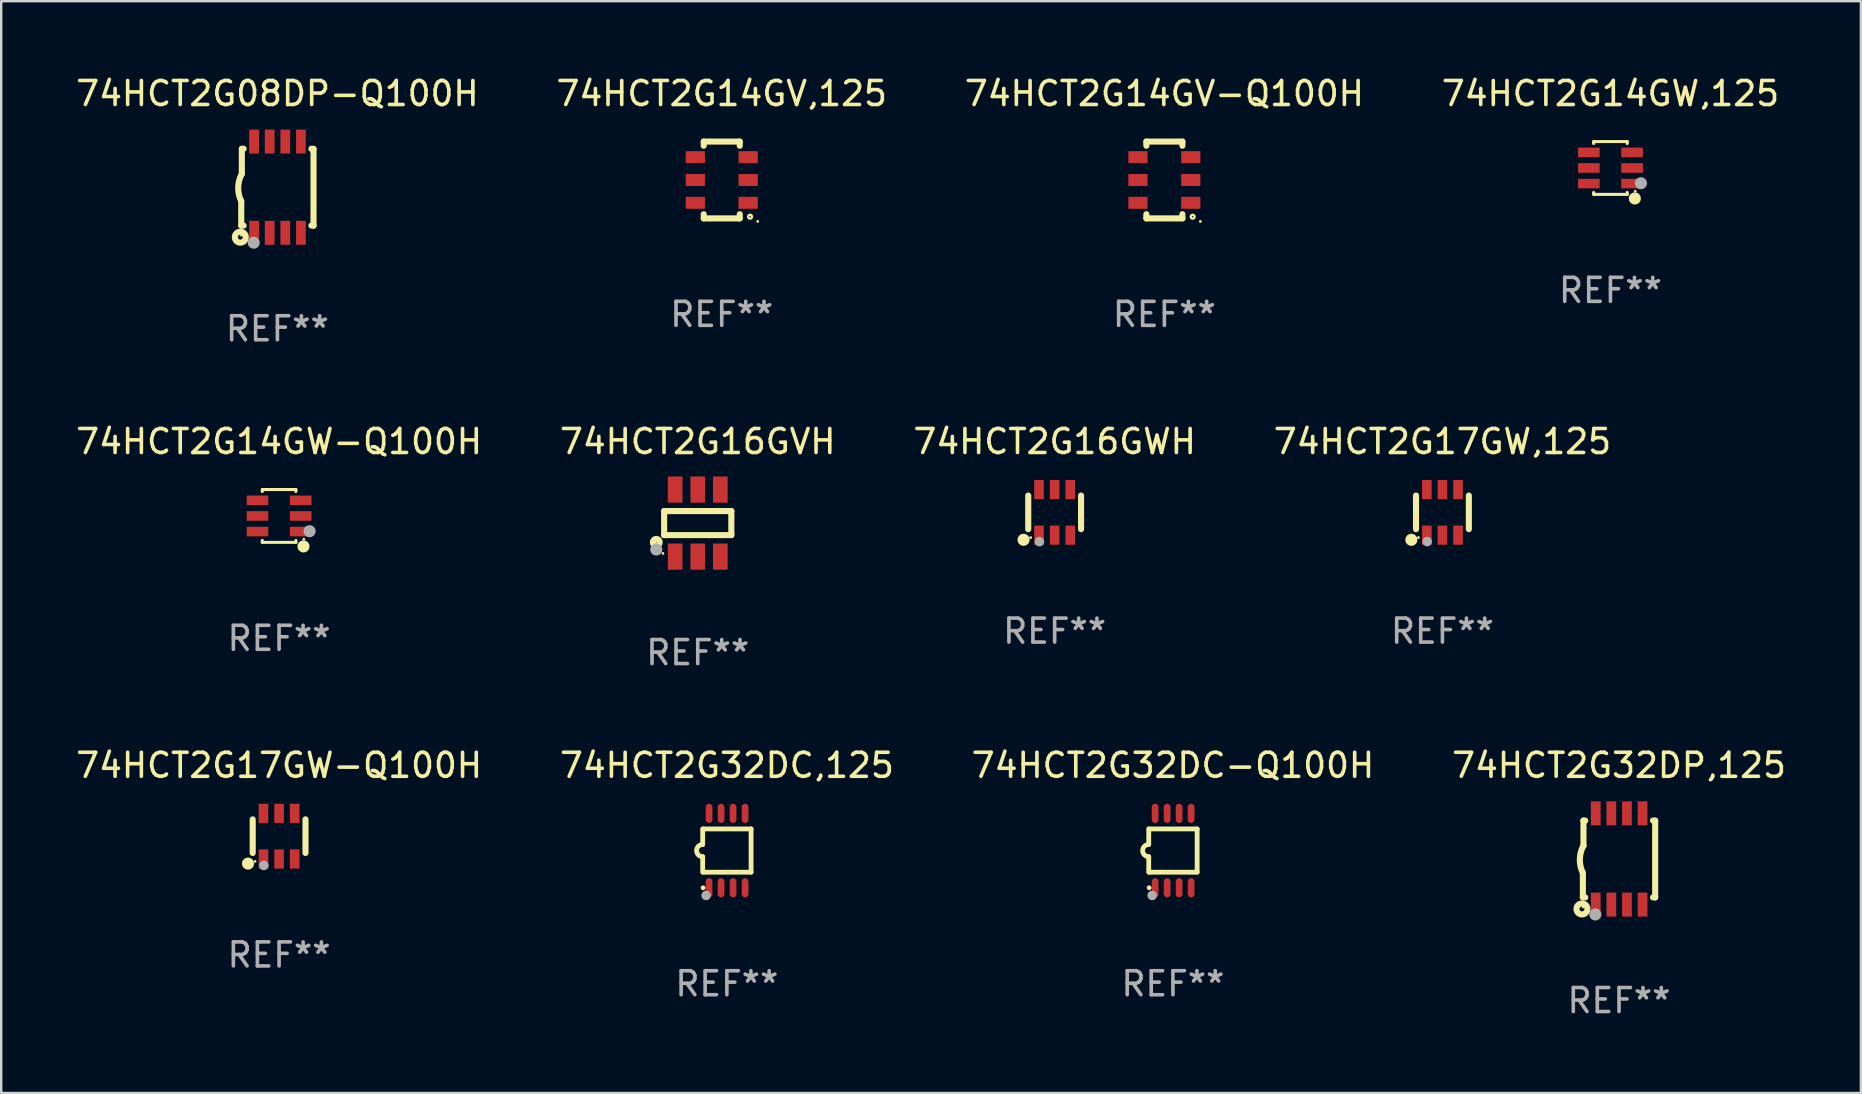
<source format=kicad_pcb>
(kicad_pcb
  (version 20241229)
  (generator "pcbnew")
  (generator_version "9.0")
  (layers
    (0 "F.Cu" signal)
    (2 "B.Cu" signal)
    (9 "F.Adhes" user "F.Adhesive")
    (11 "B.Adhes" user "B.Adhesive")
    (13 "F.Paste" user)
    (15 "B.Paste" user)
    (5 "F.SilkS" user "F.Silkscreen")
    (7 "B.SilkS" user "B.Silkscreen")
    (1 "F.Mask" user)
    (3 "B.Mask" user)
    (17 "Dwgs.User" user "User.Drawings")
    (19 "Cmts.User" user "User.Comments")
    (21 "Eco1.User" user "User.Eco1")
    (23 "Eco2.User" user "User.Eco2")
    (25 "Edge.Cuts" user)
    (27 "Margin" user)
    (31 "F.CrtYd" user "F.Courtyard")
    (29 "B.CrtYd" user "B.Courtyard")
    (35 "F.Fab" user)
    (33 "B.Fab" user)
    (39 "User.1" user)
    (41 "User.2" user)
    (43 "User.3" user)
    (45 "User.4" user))
  (footprint "74HCT2G14GW-Q100H"
    (layer "F.Cu")
    (at 8.577 18.445)
    (property "Reference" "74HCT2G14GW-Q100H" (at 0 -3.1 0) (layer "F.SilkS") (effects (font (size 1 1) (thickness 0.15))))
    (attr through_hole)
    (fp_line (start -0.7 -1.018) (end -0.7 -1.1) (stroke (width 0.127) (type solid)) (layer "F.SilkS"))
    (fp_line (start -0.7 1.1) (end -0.7 1.018) (stroke (width 0.127) (type solid)) (layer "F.SilkS"))
    (fp_line (start 0.7 -1.1) (end -0.7 -1.1) (stroke (width 0.127) (type solid)) (layer "F.SilkS"))
    (fp_line (start 0.7 -1.018) (end 0.7 -1.1) (stroke (width 0.127) (type solid)) (layer "F.SilkS"))
    (fp_line (start 0.7 1.1) (end -0.7 1.1) (stroke (width 0.127) (type solid)) (layer "F.SilkS"))
    (fp_line (start 0.7 1.1) (end 0.7 1.018) (stroke (width 0.127) (type solid)) (layer "F.SilkS"))
    (fp_circle (center 1.016 1.27) (end 1.143 1.27) (stroke (width 0.254) (type solid)) (fill no) (layer "F.SilkS"))
    (fp_circle (center 1.032 0.97) (end 1.062 0.97) (stroke (width 0.06) (type solid)) (fill no) (layer "F.SilkS"))
    (fp_circle (center 1.27 0.635) (end 1.397 0.635) (stroke (width 0.254) (type solid)) (fill no) (layer "F.Fab"))
    (fp_text user "REF**" (at 0 5.1 0) (layer "F.Fab") (effects (font (size 1 1) (thickness 0.15))))
    (pad "1" smd rect (at 0.9 0.65 90) (size 0.4 0.9) (layers "F.Cu" "F.Mask" "F.Paste"))
    (pad "2" smd rect (at 0.9 -0.000102 90) (size 0.4 0.9) (layers "F.Cu" "F.Mask" "F.Paste"))
    (pad "3" smd rect (at 0.9 -0.65 90) (size 0.4 0.9) (layers "F.Cu" "F.Mask" "F.Paste"))
    (pad "4" smd rect (at -0.9 -0.65 90) (size 0.4 0.9) (layers "F.Cu" "F.Mask" "F.Paste"))
    (pad "5" smd rect (at -0.9 -0.000102 90) (size 0.4 0.9) (layers "F.Cu" "F.Mask" "F.Paste"))
    (pad "6" smd rect (at -0.9 0.65 90) (size 0.4 0.9) (layers "F.Cu" "F.Mask" "F.Paste")))
  (footprint "74HCT2G32DC-Q100H"
    (layer "F.Cu")
    (at 45.815 32.385)
    (property "Reference" "74HCT2G32DC-Q100H" (at 0 -3.55 0) (layer "F.SilkS") (effects (font (size 1 1) (thickness 0.15))))
    (attr through_hole)
    (fp_line (start -1.008 -0.254) (end -1.008 -0.9) (stroke (width 0.2) (type solid)) (layer "F.SilkS"))
    (fp_line (start -1.008 0.254) (end -1.008 0.9) (stroke (width 0.2) (type solid)) (layer "F.SilkS"))
    (fp_line (start -0.992 0.9) (end 1.008 0.9) (stroke (width 0.2) (type solid)) (layer "F.SilkS"))
    (fp_line (start 1.008 -0.9) (end -0.992 -0.9) (stroke (width 0.2) (type solid)) (layer "F.SilkS"))
    (fp_line (start 1.008 0.9) (end 1.008 -0.9) (stroke (width 0.2) (type solid)) (layer "F.SilkS"))
    (fp_arc (start -1.008001 0.254001) (mid -1.262002 0) (end -1.008001 -0.254001) (stroke (width 0.2) (type solid)) (layer "F.SilkS"))
    (fp_circle (center -0.992 1.55) (end -0.942 1.55) (stroke (width 0.1) (type solid)) (fill no) (layer "F.SilkS"))
    (fp_circle (center -0.866 1.87) (end -0.766 1.87) (stroke (width 0.2) (type solid)) (fill no) (layer "F.Fab"))
    (fp_text user "REF**" (at 0 5.55 0) (layer "F.Fab") (effects (font (size 1 1) (thickness 0.15))))
    (pad "1" smd oval (at -0.742 1.55 270) (size 0.8 0.28) (layers "F.Cu" "F.Mask" "F.Paste"))
    (pad "2" smd oval (at -0.242 1.55 270) (size 0.8 0.28) (layers "F.Cu" "F.Mask" "F.Paste"))
    (pad "3" smd oval (at 0.258 1.55 270) (size 0.8 0.28) (layers "F.Cu" "F.Mask" "F.Paste"))
    (pad "4" smd oval (at 0.758 1.55 270) (size 0.8 0.28) (layers "F.Cu" "F.Mask" "F.Paste"))
    (pad "5" smd oval (at 0.758 -1.55 270) (size 0.8 0.28) (layers "F.Cu" "F.Mask" "F.Paste"))
    (pad "6" smd oval (at 0.258 -1.55 270) (size 0.8 0.28) (layers "F.Cu" "F.Mask" "F.Paste"))
    (pad "7" smd oval (at -0.242 -1.55 270) (size 0.8 0.28) (layers "F.Cu" "F.Mask" "F.Paste"))
    (pad "8" smd oval (at -0.742 -1.55 270) (size 0.8 0.28) (layers "F.Cu" "F.Mask" "F.Paste")))
  (footprint "74HCT2G14GW,125"
    (layer "F.Cu")
    (at 64.042 3.948)
    (property "Reference" "74HCT2G14GW,125" (at 0 -3.1 0) (layer "F.SilkS") (effects (font (size 1 1) (thickness 0.15))))
    (attr through_hole)
    (fp_line (start -0.7 -1.018) (end -0.7 -1.1) (stroke (width 0.127) (type solid)) (layer "F.SilkS"))
    (fp_line (start -0.7 1.1) (end -0.7 1.018) (stroke (width 0.127) (type solid)) (layer "F.SilkS"))
    (fp_line (start 0.7 -1.1) (end -0.7 -1.1) (stroke (width 0.127) (type solid)) (layer "F.SilkS"))
    (fp_line (start 0.7 -1.018) (end 0.7 -1.1) (stroke (width 0.127) (type solid)) (layer "F.SilkS"))
    (fp_line (start 0.7 1.1) (end -0.7 1.1) (stroke (width 0.127) (type solid)) (layer "F.SilkS"))
    (fp_line (start 0.7 1.1) (end 0.7 1.018) (stroke (width 0.127) (type solid)) (layer "F.SilkS"))
    (fp_circle (center 1.016 1.27) (end 1.143 1.27) (stroke (width 0.254) (type solid)) (fill no) (layer "F.SilkS"))
    (fp_circle (center 1.032 0.97) (end 1.062 0.97) (stroke (width 0.06) (type solid)) (fill no) (layer "F.SilkS"))
    (fp_circle (center 1.27 0.635) (end 1.397 0.635) (stroke (width 0.254) (type solid)) (fill no) (layer "F.Fab"))
    (fp_text user "REF**" (at 0 5.1 0) (layer "F.Fab") (effects (font (size 1 1) (thickness 0.15))))
    (pad "1" smd rect (at 0.9 0.65 90) (size 0.4 0.9) (layers "F.Cu" "F.Mask" "F.Paste"))
    (pad "2" smd rect (at 0.9 -0.000102 90) (size 0.4 0.9) (layers "F.Cu" "F.Mask" "F.Paste"))
    (pad "3" smd rect (at 0.9 -0.65 90) (size 0.4 0.9) (layers "F.Cu" "F.Mask" "F.Paste"))
    (pad "4" smd rect (at -0.9 -0.65 90) (size 0.4 0.9) (layers "F.Cu" "F.Mask" "F.Paste"))
    (pad "5" smd rect (at -0.9 -0.000102 90) (size 0.4 0.9) (layers "F.Cu" "F.Mask" "F.Paste"))
    (pad "6" smd rect (at -0.9 0.65 90) (size 0.4 0.9) (layers "F.Cu" "F.Mask" "F.Paste")))
  (footprint "74HCT2G17GW,125"
    (layer "F.Cu")
    (at 57.042 18.295)
    (property "Reference" "74HCT2G17GW,125" (at 0 -2.95 0) (layer "F.SilkS") (effects (font (size 1 1) (thickness 0.15))))
    (attr through_hole)
    (fp_line (start -1.1 -0.7) (end -1.1 0.7) (stroke (width 0.254) (type solid)) (layer "F.SilkS"))
    (fp_line (start 1.1 -0.7) (end 1.1 0.7) (stroke (width 0.254) (type solid)) (layer "F.SilkS"))
    (fp_circle (center -1.295 1.143) (end -1.168 1.143) (stroke (width 0.254) (type solid)) (fill no) (layer "F.SilkS"))
    (fp_circle (center -1 1.05) (end -0.97 1.05) (stroke (width 0.06) (type solid)) (fill no) (layer "F.SilkS"))
    (fp_circle (center -0.635 1.219) (end -0.535 1.219) (stroke (width 0.2) (type solid)) (fill no) (layer "F.Fab"))
    (fp_text user "REF**" (at 0 4.95 0) (layer "F.Fab") (effects (font (size 1 1) (thickness 0.15))))
    (pad "1" smd rect (at -0.65 0.95) (size 0.4 0.8) (layers "F.Cu" "F.Mask" "F.Paste"))
    (pad "2" smd rect (at 0 0.95) (size 0.4 0.8) (layers "F.Cu" "F.Mask" "F.Paste"))
    (pad "3" smd rect (at 0.65 0.95) (size 0.4 0.8) (layers "F.Cu" "F.Mask" "F.Paste"))
    (pad "4" smd rect (at 0.65 -0.95) (size 0.4 0.8) (layers "F.Cu" "F.Mask" "F.Paste"))
    (pad "5" smd rect (at 0 -0.95) (size 0.4 0.8) (layers "F.Cu" "F.Mask" "F.Paste"))
    (pad "6" smd rect (at -0.65 -0.95) (size 0.4 0.8) (layers "F.Cu" "F.Mask" "F.Paste")))
  (footprint "74HCT2G17GW-Q100H"
    (layer "F.Cu")
    (at 8.577 31.785)
    (property "Reference" "74HCT2G17GW-Q100H" (at 0 -2.95 0) (layer "F.SilkS") (effects (font (size 1 1) (thickness 0.15))))
    (attr through_hole)
    (fp_line (start -1.1 -0.7) (end -1.1 0.7) (stroke (width 0.254) (type solid)) (layer "F.SilkS"))
    (fp_line (start 1.1 -0.7) (end 1.1 0.7) (stroke (width 0.254) (type solid)) (layer "F.SilkS"))
    (fp_circle (center -1.295 1.143) (end -1.168 1.143) (stroke (width 0.254) (type solid)) (fill no) (layer "F.SilkS"))
    (fp_circle (center -1 1.05) (end -0.97 1.05) (stroke (width 0.06) (type solid)) (fill no) (layer "F.SilkS"))
    (fp_circle (center -0.635 1.219) (end -0.535 1.219) (stroke (width 0.2) (type solid)) (fill no) (layer "F.Fab"))
    (fp_text user "REF**" (at 0 4.95 0) (layer "F.Fab") (effects (font (size 1 1) (thickness 0.15))))
    (pad "1" smd rect (at -0.65 0.95) (size 0.4 0.8) (layers "F.Cu" "F.Mask" "F.Paste"))
    (pad "2" smd rect (at 0 0.95) (size 0.4 0.8) (layers "F.Cu" "F.Mask" "F.Paste"))
    (pad "3" smd rect (at 0.65 0.95) (size 0.4 0.8) (layers "F.Cu" "F.Mask" "F.Paste"))
    (pad "4" smd rect (at 0.65 -0.95) (size 0.4 0.8) (layers "F.Cu" "F.Mask" "F.Paste"))
    (pad "5" smd rect (at 0 -0.95) (size 0.4 0.8) (layers "F.Cu" "F.Mask" "F.Paste"))
    (pad "6" smd rect (at -0.65 -0.95) (size 0.4 0.8) (layers "F.Cu" "F.Mask" "F.Paste")))
  (footprint "74HCT2G32DC,125"
    (layer "F.Cu")
    (at 27.232 32.385)
    (property "Reference" "74HCT2G32DC,125" (at 0 -3.55 0) (layer "F.SilkS") (effects (font (size 1 1) (thickness 0.15))))
    (attr through_hole)
    (fp_line (start -1.008 -0.254) (end -1.008 -0.9) (stroke (width 0.2) (type solid)) (layer "F.SilkS"))
    (fp_line (start -1.008 0.254) (end -1.008 0.9) (stroke (width 0.2) (type solid)) (layer "F.SilkS"))
    (fp_line (start -0.992 0.9) (end 1.008 0.9) (stroke (width 0.2) (type solid)) (layer "F.SilkS"))
    (fp_line (start 1.008 -0.9) (end -0.992 -0.9) (stroke (width 0.2) (type solid)) (layer "F.SilkS"))
    (fp_line (start 1.008 0.9) (end 1.008 -0.9) (stroke (width 0.2) (type solid)) (layer "F.SilkS"))
    (fp_arc (start -1.008001 0.254001) (mid -1.262002 0) (end -1.008001 -0.254001) (stroke (width 0.2) (type solid)) (layer "F.SilkS"))
    (fp_circle (center -0.992 1.55) (end -0.942 1.55) (stroke (width 0.1) (type solid)) (fill no) (layer "F.SilkS"))
    (fp_circle (center -0.866 1.87) (end -0.766 1.87) (stroke (width 0.2) (type solid)) (fill no) (layer "F.Fab"))
    (fp_text user "REF**" (at 0 5.55 0) (layer "F.Fab") (effects (font (size 1 1) (thickness 0.15))))
    (pad "1" smd oval (at -0.742 1.55 270) (size 0.8 0.28) (layers "F.Cu" "F.Mask" "F.Paste"))
    (pad "2" smd oval (at -0.242 1.55 270) (size 0.8 0.28) (layers "F.Cu" "F.Mask" "F.Paste"))
    (pad "3" smd oval (at 0.258 1.55 270) (size 0.8 0.28) (layers "F.Cu" "F.Mask" "F.Paste"))
    (pad "4" smd oval (at 0.758 1.55 270) (size 0.8 0.28) (layers "F.Cu" "F.Mask" "F.Paste"))
    (pad "5" smd oval (at 0.758 -1.55 270) (size 0.8 0.28) (layers "F.Cu" "F.Mask" "F.Paste"))
    (pad "6" smd oval (at 0.258 -1.55 270) (size 0.8 0.28) (layers "F.Cu" "F.Mask" "F.Paste"))
    (pad "7" smd oval (at -0.242 -1.55 270) (size 0.8 0.28) (layers "F.Cu" "F.Mask" "F.Paste"))
    (pad "8" smd oval (at -0.742 -1.55 270) (size 0.8 0.28) (layers "F.Cu" "F.Mask" "F.Paste")))
  (footprint "74HCT2G16GVH"
    (layer "F.Cu")
    (at 26.018 18.742)
    (property "Reference" "74HCT2G16GVH" (at 0 -3.397 0) (layer "F.SilkS") (effects (font (size 1 1) (thickness 0.15))))
    (attr through_hole)
    (fp_line (start -1.4 -0.501) (end -1.4 0.5) (stroke (width 0.254) (type solid)) (layer "F.SilkS"))
    (fp_line (start -1.4 0.5) (end 1.4 0.5) (stroke (width 0.254) (type solid)) (layer "F.SilkS"))
    (fp_line (start 1.4 -0.501) (end -1.4 -0.501) (stroke (width 0.254) (type solid)) (layer "F.SilkS"))
    (fp_line (start 1.4 0.5) (end 1.4 -0.501) (stroke (width 0.254) (type solid)) (layer "F.SilkS"))
    (fp_circle (center -1.727 0.8) (end -1.585 0.8) (stroke (width 0.254) (type solid)) (fill no) (layer "F.SilkS"))
    (fp_circle (center -1.45 1.263) (end -1.42 1.263) (stroke (width 0.06) (type solid)) (fill no) (layer "F.SilkS"))
    (fp_circle (center -1.727 1.1) (end -1.6 1.1) (stroke (width 0.254) (type solid)) (fill no) (layer "F.Fab"))
    (fp_text user "REF**" (at 0 5.397 0) (layer "F.Fab") (effects (font (size 1 1) (thickness 0.15))))
    (pad "1" smd rect (at -0.94 1.397 180) (size 0.61 1.092) (layers "F.Cu" "F.Mask" "F.Paste"))
    (pad "2" smd rect (at 0.000127 1.397 180) (size 0.61 1.092) (layers "F.Cu" "F.Mask" "F.Paste"))
    (pad "3" smd rect (at 0.94 1.397 180) (size 0.61 1.092) (layers "F.Cu" "F.Mask" "F.Paste"))
    (pad "4" smd rect (at 0.94 -1.397 180) (size 0.61 1.092) (layers "F.Cu" "F.Mask" "F.Paste"))
    (pad "5" smd rect (at 0.000127 -1.397 180) (size 0.61 1.092) (layers "F.Cu" "F.Mask" "F.Paste"))
    (pad "6" smd rect (at -0.94 -1.397 180) (size 0.61 1.092) (layers "F.Cu" "F.Mask" "F.Paste")))
  (footprint "74HCT2G08DP-Q100H"
    (layer "F.Cu")
    (at 8.506 4.748)
    (property "Reference" "74HCT2G08DP-Q100H" (at 0 -3.9 0) (layer "F.SilkS") (effects (font (size 1 1) (thickness 0.15))))
    (attr through_hole)
    (fp_line (start -1.506 1.6) (end -1.506 0.584) (stroke (width 0.254) (type solid)) (layer "F.SilkS"))
    (fp_line (start -1.506 1.6) (end -1.407 1.6) (stroke (width 0.254) (type solid)) (layer "F.SilkS"))
    (fp_line (start -1.481 -1.599) (end -1.481 -0.549) (stroke (width 0.254) (type solid)) (layer "F.SilkS"))
    (fp_line (start -1.481 -1.599) (end -1.407 -1.599) (stroke (width 0.254) (type solid)) (layer "F.SilkS"))
    (fp_line (start 1.417 -1.599) (end 1.506 -1.599) (stroke (width 0.254) (type solid)) (layer "F.SilkS"))
    (fp_line (start 1.417 1.6) (end 1.506 1.6) (stroke (width 0.254) (type solid)) (layer "F.SilkS"))
    (fp_line (start 1.506 1.603) (end 1.506 -1.595) (stroke (width 0.254) (type solid)) (layer "F.SilkS"))
    (fp_arc (start -1.506223 0.584328) (mid -1.632455 0.00974) (end -1.480823 -0.558674) (stroke (width 0.254001) (type solid)) (layer "F.SilkS"))
    (fp_circle (center -1.544 2.083) (end -1.443 2.083) (stroke (width 0.254) (type solid)) (fill no) (layer "F.SilkS"))
    (fp_circle (center -1.495 2) (end -1.465 2) (stroke (width 0.06) (type solid)) (fill no) (layer "F.SilkS"))
    (fp_circle (center -0.986 2.312) (end -0.859 2.312) (stroke (width 0.254) (type solid)) (fill no) (layer "F.Fab"))
    (fp_text user "REF**" (at 0 5.9 0) (layer "F.Fab") (effects (font (size 1 1) (thickness 0.15))))
    (pad "1" smd rect (at -0.97 1.9 90) (size 1 0.406) (layers "F.Cu" "F.Mask" "F.Paste"))
    (pad "2" smd rect (at -0.32 1.9 90) (size 1 0.406) (layers "F.Cu" "F.Mask" "F.Paste"))
    (pad "3" smd rect (at 0.33 1.9 90) (size 1 0.406) (layers "F.Cu" "F.Mask" "F.Paste"))
    (pad "4" smd rect (at 0.98 1.9 90) (size 1 0.406) (layers "F.Cu" "F.Mask" "F.Paste"))
    (pad "5" smd rect (at 0.98 -1.9 90) (size 1 0.406) (layers "F.Cu" "F.Mask" "F.Paste"))
    (pad "6" smd rect (at 0.33 -1.9 90) (size 1 0.406) (layers "F.Cu" "F.Mask" "F.Paste"))
    (pad "7" smd rect (at -0.32 -1.9 90) (size 1 0.406) (layers "F.Cu" "F.Mask" "F.Paste"))
    (pad "8" smd rect (at -0.97 -1.9 90) (size 1 0.406) (layers "F.Cu" "F.Mask" "F.Paste")))
  (footprint "74HCT2G32DP,125"
    (layer "F.Cu")
    (at 64.399 32.735)
    (property "Reference" "74HCT2G32DP,125" (at 0 -3.9 0) (layer "F.SilkS") (effects (font (size 1 1) (thickness 0.15))))
    (attr through_hole)
    (fp_line (start -1.506 1.6) (end -1.506 0.584) (stroke (width 0.254) (type solid)) (layer "F.SilkS"))
    (fp_line (start -1.506 1.6) (end -1.407 1.6) (stroke (width 0.254) (type solid)) (layer "F.SilkS"))
    (fp_line (start -1.481 -1.599) (end -1.481 -0.549) (stroke (width 0.254) (type solid)) (layer "F.SilkS"))
    (fp_line (start -1.481 -1.599) (end -1.407 -1.599) (stroke (width 0.254) (type solid)) (layer "F.SilkS"))
    (fp_line (start 1.417 -1.599) (end 1.506 -1.599) (stroke (width 0.254) (type solid)) (layer "F.SilkS"))
    (fp_line (start 1.417 1.6) (end 1.506 1.6) (stroke (width 0.254) (type solid)) (layer "F.SilkS"))
    (fp_line (start 1.506 1.603) (end 1.506 -1.595) (stroke (width 0.254) (type solid)) (layer "F.SilkS"))
    (fp_arc (start -1.506223 0.584328) (mid -1.632455 0.00974) (end -1.480823 -0.558674) (stroke (width 0.254001) (type solid)) (layer "F.SilkS"))
    (fp_circle (center -1.544 2.083) (end -1.443 2.083) (stroke (width 0.254) (type solid)) (fill no) (layer "F.SilkS"))
    (fp_circle (center -1.495 2) (end -1.465 2) (stroke (width 0.06) (type solid)) (fill no) (layer "F.SilkS"))
    (fp_circle (center -0.986 2.312) (end -0.859 2.312) (stroke (width 0.254) (type solid)) (fill no) (layer "F.Fab"))
    (fp_text user "REF**" (at 0 5.9 0) (layer "F.Fab") (effects (font (size 1 1) (thickness 0.15))))
    (pad "1" smd rect (at -0.97 1.9 90) (size 1 0.406) (layers "F.Cu" "F.Mask" "F.Paste"))
    (pad "2" smd rect (at -0.32 1.9 90) (size 1 0.406) (layers "F.Cu" "F.Mask" "F.Paste"))
    (pad "3" smd rect (at 0.33 1.9 90) (size 1 0.406) (layers "F.Cu" "F.Mask" "F.Paste"))
    (pad "4" smd rect (at 0.98 1.9 90) (size 1 0.406) (layers "F.Cu" "F.Mask" "F.Paste"))
    (pad "5" smd rect (at 0.98 -1.9 90) (size 1 0.406) (layers "F.Cu" "F.Mask" "F.Paste"))
    (pad "6" smd rect (at 0.33 -1.9 90) (size 1 0.406) (layers "F.Cu" "F.Mask" "F.Paste"))
    (pad "7" smd rect (at -0.32 -1.9 90) (size 1 0.406) (layers "F.Cu" "F.Mask" "F.Paste"))
    (pad "8" smd rect (at -0.97 -1.9 90) (size 1 0.406) (layers "F.Cu" "F.Mask" "F.Paste")))
  (footprint "74HCT2G16GWH"
    (layer "F.Cu")
    (at 40.887 18.295)
    (property "Reference" "74HCT2G16GWH" (at 0 -2.95 0) (layer "F.SilkS") (effects (font (size 1 1) (thickness 0.15))))
    (attr through_hole)
    (fp_line (start -1.1 -0.7) (end -1.1 0.7) (stroke (width 0.254) (type solid)) (layer "F.SilkS"))
    (fp_line (start 1.1 -0.7) (end 1.1 0.7) (stroke (width 0.254) (type solid)) (layer "F.SilkS"))
    (fp_circle (center -1.295 1.143) (end -1.168 1.143) (stroke (width 0.254) (type solid)) (fill no) (layer "F.SilkS"))
    (fp_circle (center -1 1.05) (end -0.97 1.05) (stroke (width 0.06) (type solid)) (fill no) (layer "F.SilkS"))
    (fp_circle (center -0.635 1.219) (end -0.535 1.219) (stroke (width 0.2) (type solid)) (fill no) (layer "F.Fab"))
    (fp_text user "REF**" (at 0 4.95 0) (layer "F.Fab") (effects (font (size 1 1) (thickness 0.15))))
    (pad "1" smd rect (at -0.65 0.95) (size 0.4 0.8) (layers "F.Cu" "F.Mask" "F.Paste"))
    (pad "2" smd rect (at 0 0.95) (size 0.4 0.8) (layers "F.Cu" "F.Mask" "F.Paste"))
    (pad "3" smd rect (at 0.65 0.95) (size 0.4 0.8) (layers "F.Cu" "F.Mask" "F.Paste"))
    (pad "4" smd rect (at 0.65 -0.95) (size 0.4 0.8) (layers "F.Cu" "F.Mask" "F.Paste"))
    (pad "5" smd rect (at 0 -0.95) (size 0.4 0.8) (layers "F.Cu" "F.Mask" "F.Paste"))
    (pad "6" smd rect (at -0.65 -0.95) (size 0.4 0.8) (layers "F.Cu" "F.Mask" "F.Paste")))
  (footprint "74HCT2G14GV-Q100H"
    (layer "F.Cu")
    (at 45.458 4.448)
    (property "Reference" "74HCT2G14GV-Q100H" (at 0 -3.6 0) (layer "F.SilkS") (effects (font (size 1 1) (thickness 0.15))))
    (attr through_hole)
    (fp_line (start -0.75 -1.6) (end -0.75 -1.426) (stroke (width 0.254) (type solid)) (layer "F.SilkS"))
    (fp_line (start -0.75 -1.6) (end 0.75 -1.6) (stroke (width 0.254) (type solid)) (layer "F.SilkS"))
    (fp_line (start -0.75 1.426) (end -0.75 1.6) (stroke (width 0.254) (type solid)) (layer "F.SilkS"))
    (fp_line (start -0.75 1.6) (end 0.75 1.6) (stroke (width 0.254) (type solid)) (layer "F.SilkS"))
    (fp_line (start 0.75 -1.6) (end 0.75 -1.426) (stroke (width 0.254) (type solid)) (layer "F.SilkS"))
    (fp_line (start 0.75 1.426) (end 0.75 1.6) (stroke (width 0.254) (type solid)) (layer "F.SilkS"))
    (fp_circle (center 1.18 1.53) (end 1.26 1.53) (stroke (width 0.1) (type solid)) (fill no) (layer "F.SilkS"))
    (fp_circle (center 1.5 1.727) (end 1.53 1.727) (stroke (width 0.06) (type solid)) (fill no) (layer "F.SilkS"))
    (fp_text user "REF**" (at 0 5.6 0) (layer "F.Fab") (effects (font (size 1 1) (thickness 0.15))))
    (pad "1" smd rect (at 1.1 0.95 90) (size 0.5 0.8) (layers "F.Cu" "F.Mask" "F.Paste"))
    (pad "2" smd rect (at 1.1 0 90) (size 0.5 0.8) (layers "F.Cu" "F.Mask" "F.Paste"))
    (pad "3" smd rect (at 1.1 -0.95 90) (size 0.5 0.8) (layers "F.Cu" "F.Mask" "F.Paste"))
    (pad "4" smd rect (at -1.1 -0.95 90) (size 0.5 0.8) (layers "F.Cu" "F.Mask" "F.Paste"))
    (pad "5" smd rect (at -1.1 0 90) (size 0.5 0.8) (layers "F.Cu" "F.Mask" "F.Paste"))
    (pad "6" smd rect (at -1.1 0.95 90) (size 0.5 0.8) (layers "F.Cu" "F.Mask" "F.Paste")))
  (footprint "74HCT2G14GV,125"
    (layer "F.Cu")
    (at 27.018 4.448)
    (property "Reference" "74HCT2G14GV,125" (at 0 -3.6 0) (layer "F.SilkS") (effects (font (size 1 1) (thickness 0.15))))
    (attr through_hole)
    (fp_line (start -0.75 -1.6) (end -0.75 -1.426) (stroke (width 0.254) (type solid)) (layer "F.SilkS"))
    (fp_line (start -0.75 -1.6) (end 0.75 -1.6) (stroke (width 0.254) (type solid)) (layer "F.SilkS"))
    (fp_line (start -0.75 1.426) (end -0.75 1.6) (stroke (width 0.254) (type solid)) (layer "F.SilkS"))
    (fp_line (start -0.75 1.6) (end 0.75 1.6) (stroke (width 0.254) (type solid)) (layer "F.SilkS"))
    (fp_line (start 0.75 -1.6) (end 0.75 -1.426) (stroke (width 0.254) (type solid)) (layer "F.SilkS"))
    (fp_line (start 0.75 1.426) (end 0.75 1.6) (stroke (width 0.254) (type solid)) (layer "F.SilkS"))
    (fp_circle (center 1.18 1.53) (end 1.26 1.53) (stroke (width 0.1) (type solid)) (fill no) (layer "F.SilkS"))
    (fp_circle (center 1.5 1.727) (end 1.53 1.727) (stroke (width 0.06) (type solid)) (fill no) (layer "F.SilkS"))
    (fp_text user "REF**" (at 0 5.6 0) (layer "F.Fab") (effects (font (size 1 1) (thickness 0.15))))
    (pad "1" smd rect (at 1.1 0.95 90) (size 0.5 0.8) (layers "F.Cu" "F.Mask" "F.Paste"))
    (pad "2" smd rect (at 1.1 0 90) (size 0.5 0.8) (layers "F.Cu" "F.Mask" "F.Paste"))
    (pad "3" smd rect (at 1.1 -0.95 90) (size 0.5 0.8) (layers "F.Cu" "F.Mask" "F.Paste"))
    (pad "4" smd rect (at -1.1 -0.95 90) (size 0.5 0.8) (layers "F.Cu" "F.Mask" "F.Paste"))
    (pad "5" smd rect (at -1.1 0 90) (size 0.5 0.8) (layers "F.Cu" "F.Mask" "F.Paste"))
    (pad "6" smd rect (at -1.1 0.95 90) (size 0.5 0.8) (layers "F.Cu" "F.Mask" "F.Paste")))
  (gr_rect
    (start -3 -3)
    (end 74.476 42.484)
    (stroke (width 0.1) (type default))
    (fill no)
    (layer "Edge.Cuts")))
</source>
